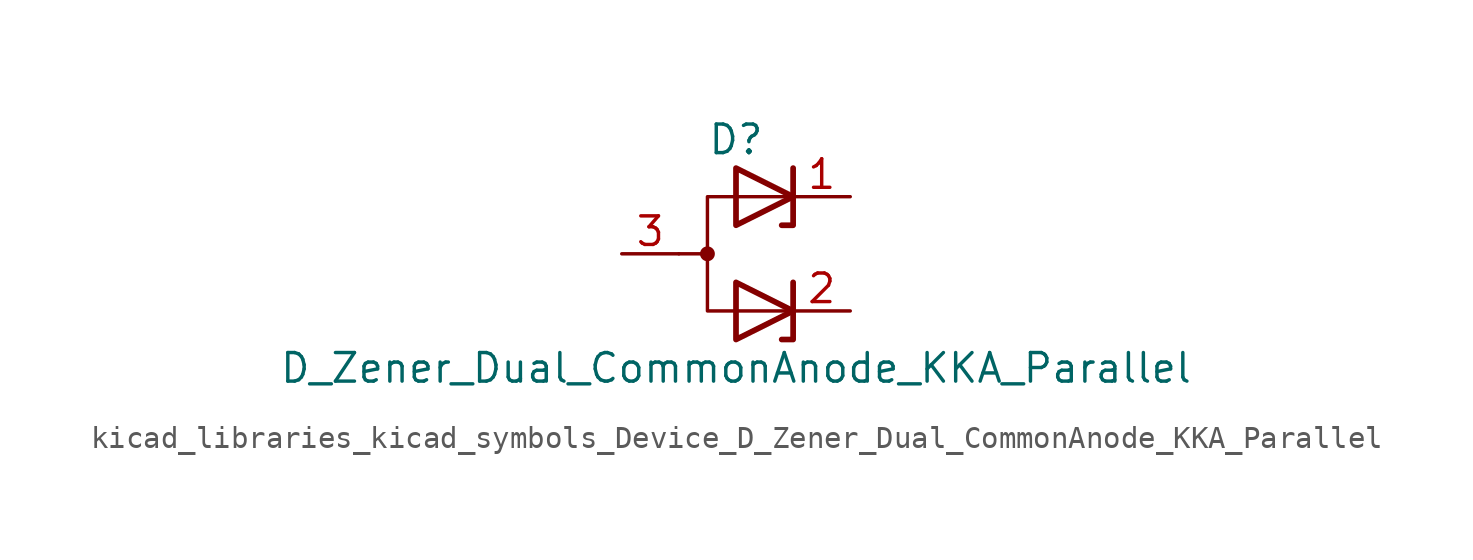
<source format=kicad_sym>
(kicad_symbol_lib
  (version 20220914)
  (generator kicad_symbol_editor)
  (symbol "kicad_libraries_kicad_symbols_Device_D_Zener_Dual_CommonAnode_KKA_Parallel"
    (pin_names
      (offset 0.762) hide)
    (property "Reference" "D"
      (at 0 5.08 0)
      (effects (font (size 1.27 1.27))))
    (property "Value" "D_Zener_Dual_CommonAnode_KKA_Parallel"
      (at 0 -5.08 0)
      (effects (font (size 1.27 1.27))))
    (symbol "kicad_libraries_kicad_symbols_Device_D_Zener_Dual_CommonAnode_KKA_Parallel_0_0"
      (polyline (pts (xy 2.032 1.27) (xy 2.54 1.27) (xy 2.54 3.81)) (stroke (width 0.254) (type default)) (fill (type none)))
      (polyline (pts (xy 2.54 -1.27) (xy 2.54 -3.81) (xy 2.032 -3.81)) (stroke (width 0.254) (type default)) (fill (type none))))
    (symbol "kicad_libraries_kicad_symbols_Device_D_Zener_Dual_CommonAnode_KKA_Parallel_0_1"
      (circle (center -1.27 0) (radius 0.254) (stroke (width 0) (type default)) (fill (type outline)))
      (polyline (pts (xy -1.27 0) (xy -2.54 0)) (stroke (width 0) (type default)) (fill (type none)))
      (polyline (pts (xy 2.54 2.54) (xy -1.27 2.54) (xy -1.27 -2.54) (xy 2.54 -2.54)) (stroke (width 0) (type default)) (fill (type none)))
      (polyline (pts (xy 0 -1.27) (xy 2.54 -2.54) (xy 0 -3.81) (xy 0 -1.27) (xy 0 -1.27) (xy 0 -1.27)) (stroke (width 0.254) (type default)) (fill (type none)))
      (polyline (pts (xy 0 3.81) (xy 2.54 2.54) (xy 0 1.27) (xy 0 3.81) (xy 0 3.81) (xy 0 3.81)) (stroke (width 0.254) (type default)) (fill (type none)))
      (pin passive line (at 5.08 2.54 180) (length 2.54) (name "K" (effects (font (size 1.27 1.27)))) (number "1" (effects (font (size 1.27 1.27)))))
      (pin passive line (at 5.08 -2.54 180) (length 2.54) (name "K" (effects (font (size 1.27 1.27)))) (number "2" (effects (font (size 1.27 1.27)))))
      (pin passive line (at -5.08 0 0) (length 2.54) (name "A" (effects (font (size 1.27 1.27)))) (number "3" (effects (font (size 1.27 1.27))))))))
</source>
